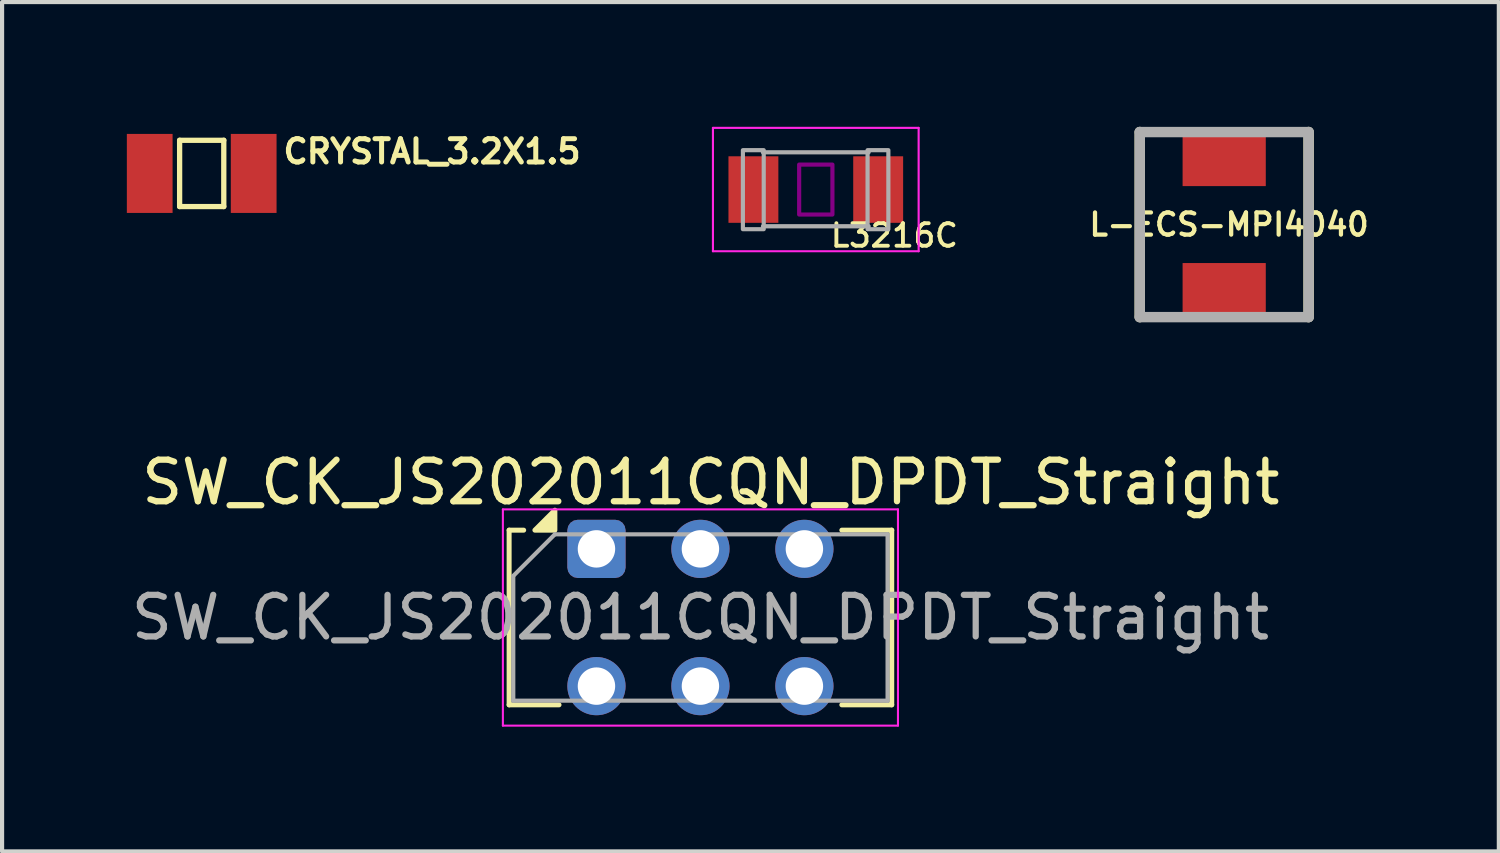
<source format=kicad_pcb>
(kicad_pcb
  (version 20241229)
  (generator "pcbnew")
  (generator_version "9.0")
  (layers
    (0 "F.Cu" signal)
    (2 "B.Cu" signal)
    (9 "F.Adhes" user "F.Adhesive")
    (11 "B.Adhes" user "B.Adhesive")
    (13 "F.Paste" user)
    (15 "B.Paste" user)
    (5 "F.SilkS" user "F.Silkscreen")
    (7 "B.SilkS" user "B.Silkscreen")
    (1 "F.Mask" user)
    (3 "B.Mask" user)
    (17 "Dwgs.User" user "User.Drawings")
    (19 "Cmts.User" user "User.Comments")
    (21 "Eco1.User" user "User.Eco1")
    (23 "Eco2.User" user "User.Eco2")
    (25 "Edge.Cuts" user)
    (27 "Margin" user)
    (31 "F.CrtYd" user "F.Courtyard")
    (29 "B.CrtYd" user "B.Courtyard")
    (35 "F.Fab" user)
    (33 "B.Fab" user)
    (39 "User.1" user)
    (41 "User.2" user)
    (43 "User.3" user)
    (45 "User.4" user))
  (footprint "SW_CK_JS202011CQN_DPDT_Straight"
    (layer "F.Cu")
    (at 11.292 10.148)
    (property "Reference" "SW_CK_JS202011CQN_DPDT_Straight" (at 2.75 -1.6 0) (layer "F.SilkS") (effects (font (size 1 1) (thickness 0.15))))
    (attr through_hole)
    (fp_line (start -2.1 -0.45) (end -2.1 3.75) (stroke (width 0.12) (type solid)) (layer "F.SilkS"))
    (fp_line (start -2.1 3.75) (end -0.9 3.75) (stroke (width 0.12) (type solid)) (layer "F.SilkS"))
    (fp_line (start -1.75 -0.45) (end -2.1 -0.45) (stroke (width 0.12) (type solid)) (layer "F.SilkS"))
    (fp_line (start 5.9 -0.45) (end 7.1 -0.45) (stroke (width 0.12) (type solid)) (layer "F.SilkS"))
    (fp_line (start 7.1 -0.45) (end 7.1 3.75) (stroke (width 0.12) (type solid)) (layer "F.SilkS"))
    (fp_line (start 7.1 3.75) (end 5.9 3.75) (stroke (width 0.12) (type solid)) (layer "F.SilkS"))
    (fp_poly (pts (xy -1 -0.45) (xy -1.48 -0.45) (xy -1 -0.93) (xy -1 -0.45)) (stroke (width 0.12) (type solid)) (fill yes) (layer "F.SilkS"))
    (fp_line (start -2.25 -0.95) (end 7.25 -0.95) (stroke (width 0.05) (type solid)) (layer "F.CrtYd"))
    (fp_line (start -2.25 4.25) (end -2.25 -0.95) (stroke (width 0.05) (type solid)) (layer "F.CrtYd"))
    (fp_line (start 7.25 -0.95) (end 7.25 4.25) (stroke (width 0.05) (type solid)) (layer "F.CrtYd"))
    (fp_line (start 7.25 4.25) (end -2.25 4.25) (stroke (width 0.05) (type solid)) (layer "F.CrtYd"))
    (fp_line (start -2 3.65) (end -2 0.65) (stroke (width 0.1) (type solid)) (layer "F.Fab"))
    (fp_line (start -1 -0.35) (end -2 0.65) (stroke (width 0.1) (type solid)) (layer "F.Fab"))
    (fp_line (start -1 -0.35) (end 7 -0.35) (stroke (width 0.1) (type solid)) (layer "F.Fab"))
    (fp_line (start 7 -0.35) (end 7 3.65) (stroke (width 0.1) (type solid)) (layer "F.Fab"))
    (fp_line (start 7 3.65) (end -2 3.65) (stroke (width 0.1) (type solid)) (layer "F.Fab"))
    (fp_text user "${REFERENCE}" (at 2.5 1.65 0) (layer "F.Fab") (effects (font (size 1 1) (thickness 0.15))))
    (pad "1" thru_hole roundrect (at 0 0) (size 1.4 1.4) (drill 0.9) (layers "*.Cu" "*.Mask") (roundrect_rratio 0.179))
    (pad "2" thru_hole circle (at 2.5 0) (size 1.4 1.4) (drill 0.9) (layers "*.Cu" "*.Mask"))
    (pad "3" thru_hole circle (at 5 0) (size 1.4 1.4) (drill 0.9) (layers "*.Cu" "*.Mask"))
    (pad "4" thru_hole circle (at 5 3.3) (size 1.4 1.4) (drill 0.9) (layers "*.Cu" "*.Mask"))
    (pad "5" thru_hole circle (at 2.5 3.3) (size 1.4 1.4) (drill 0.9) (layers "*.Cu" "*.Mask"))
    (pad "6" thru_hole circle (at 0 3.3) (size 1.4 1.4) (drill 0.9) (layers "*.Cu" "*.Mask")))
  (footprint "CRYSTAL_3.2X1.5"
    (layer "F.Cu")
    (at 1.8 1.12)
    (property "Reference" "CRYSTAL_3.2X1.5" (at 1.9 -0.2 0) (layer "F.SilkS") (effects (font (size 0.56 0.56) (thickness 0.12)) (justify left bottom)))
    (fp_line (start -0.531 -0.797) (end 0.531 -0.797) (stroke (width 0.127) (type solid)) (layer "F.SilkS"))
    (fp_line (start -0.531 0.797) (end -0.531 -0.797) (stroke (width 0.127) (type solid)) (layer "F.SilkS"))
    (fp_line (start 0.531 -0.797) (end 0.531 0.797) (stroke (width 0.127) (type solid)) (layer "F.SilkS"))
    (fp_line (start 0.531 0.797) (end -0.531 0.797) (stroke (width 0.127) (type solid)) (layer "F.SilkS"))
    (pad "1" smd rect (at -1.25 0) (size 1.1 1.9) (layers "F.Cu" "F.Mask" "F.Paste"))
    (pad "2" smd rect (at 1.25 0) (size 1.1 1.9) (layers "F.Cu" "F.Mask" "F.Paste")))
  (footprint "L-ECS-MPI4040"
    (layer "F.Cu")
    (at 26.386 2.35)
    (property "Reference" "L-ECS-MPI4040" (at -3.3 0 0) (layer "F.SilkS") (effects (font (size 0.533 0.533) (thickness 0.102)) (justify left)))
    (fp_line (start -2.03 -2.225) (end -2.03 2.225) (stroke (width 0.25) (type solid)) (layer "F.SilkS"))
    (fp_line (start 2.03 -2.225) (end 2.03 2.225) (stroke (width 0.25) (type solid)) (layer "F.SilkS"))
    (fp_line (start -2.03 -2.225) (end -2.03 2.225) (stroke (width 0.25) (type solid)) (layer "F.Fab"))
    (fp_line (start 2.03 -2.225) (end -2.03 -2.225) (stroke (width 0.25) (type solid)) (layer "F.Fab"))
    (fp_line (start 2.03 -2.225) (end 2.03 2.225) (stroke (width 0.25) (type solid)) (layer "F.Fab"))
    (fp_line (start 2.03 2.225) (end -2.03 2.225) (stroke (width 0.25) (type solid)) (layer "F.Fab"))
    (pad "1" smd rect (at 0 -1.575) (size 2 1.3) (layers "F.Cu" "F.Mask" "F.Paste"))
    (pad "2" smd rect (at 0 1.575) (size 2 1.3) (layers "F.Cu" "F.Mask" "F.Paste")))
  (footprint "L3216C"
    (layer "F.Cu")
    (at 16.566 1.508)
    (property "Reference" "L3216C" (at 0.305 1.105 180) (layer "F.SilkS") (effects (font (size 0.542 0.542) (thickness 0.093)) (justify left)))
    (fp_poly (pts (xy -0.4 0.6) (xy 0.4 0.6) (xy 0.4 -0.6) (xy -0.4 -0.6)) (stroke (width 0.1) (type solid)) (fill no) (layer "F.Adhes"))
    (fp_line (start -2.473 -1.483) (end 2.473 -1.483) (stroke (width 0.051) (type solid)) (layer "F.CrtYd"))
    (fp_line (start -2.473 1.483) (end -2.473 -1.483) (stroke (width 0.051) (type solid)) (layer "F.CrtYd"))
    (fp_line (start 2.473 -1.483) (end 2.473 1.483) (stroke (width 0.051) (type solid)) (layer "F.CrtYd"))
    (fp_line (start 2.473 1.483) (end -2.473 1.483) (stroke (width 0.051) (type solid)) (layer "F.CrtYd"))
    (fp_line (start -1.27 -0.896) (end 1.27 -0.896) (stroke (width 0.102) (type solid)) (layer "F.Fab"))
    (fp_line (start -1.27 0.883) (end 1.27 0.883) (stroke (width 0.102) (type solid)) (layer "F.Fab"))
    (fp_poly (pts (xy -1.753 0.953) (xy -1.252 0.953) (xy -1.252 -0.947) (xy -1.753 -0.947)) (stroke (width 0.1) (type solid)) (fill no) (layer "F.Fab"))
    (fp_poly (pts (xy 1.245 0.953) (xy 1.745 0.953) (xy 1.745 -0.947) (xy 1.245 -0.947)) (stroke (width 0.1) (type solid)) (fill no) (layer "F.Fab"))
    (pad "1" smd rect (at -1.5 0) (size 1.2 1.6) (layers "F.Cu" "F.Mask" "F.Paste"))
    (pad "2" smd rect (at 1.5 0) (size 1.2 1.6) (layers "F.Cu" "F.Mask" "F.Paste")))
  (gr_rect
    (start -3 -3)
    (end 32.99 17.423)
    (stroke (width 0.1) (type default))
    (fill no)
    (layer "Edge.Cuts")))
</source>
